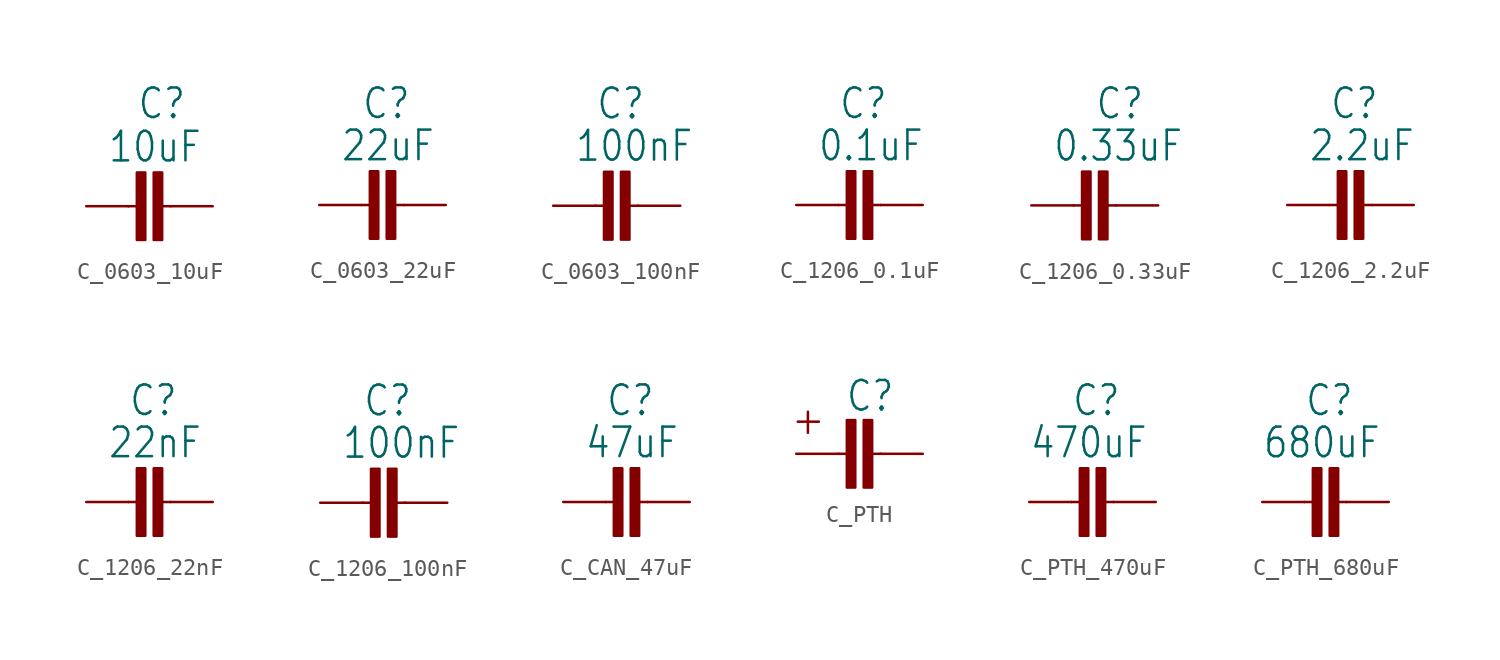
<source format=kicad_sym>
(kicad_symbol_lib
  (version 20220914)
  (generator kicad_symbol_editor)
  (symbol "C_0603_10uF"
    (pin_numbers hide)
    (pin_names hide)
    (property "Reference" "C"
      (at -0.763 5.149 0)
      (effects (font (size 1.778 1.511)) (justify left bottom)))
    (property "Value" "10uF"
      (at -2.54 2.54 0)
      (effects (font (size 1.778 1.511)) (justify left bottom)))
    (symbol "C_0603_10uF_1_0"
      (rectangle (start -0.762 -2.032) (end -0.254 2.032) (stroke (width 0) (type default)) (fill (type outline)))
      (polyline (pts (xy -1.27 0) (xy -0.762 0)) (stroke (width 0.152) (type solid)) (fill (type none)))
      (polyline (pts (xy 1.27 0) (xy 0.762 0)) (stroke (width 0.152) (type solid)) (fill (type none)))
      (rectangle (start 0.762 -2.032) (end 0.254 2.032) (stroke (width 0) (type default)) (fill (type outline)))
      (pin passive line (at -3.81 0 0) (length 2.54) (name "1" (effects (font (size 0 0)))) (number "1" (effects (font (size 0 0)))))
      (pin passive line (at 3.81 0 180) (length 2.54) (name "2" (effects (font (size 0 0)))) (number "2" (effects (font (size 0 0)))))))
  (symbol "C_0603_22uF"
    (pin_numbers hide)
    (pin_names hide)
    (property "Reference" "C"
      (at -1.27 5.08 0)
      (effects (font (size 1.778 1.511)) (justify left bottom)))
    (property "Value" "22uF"
      (at -2.54 2.54 0)
      (effects (font (size 1.778 1.511)) (justify left bottom)))
    (symbol "C_0603_22uF_1_0"
      (rectangle (start -0.762 -2.032) (end -0.254 2.032) (stroke (width 0) (type default)) (fill (type outline)))
      (polyline (pts (xy -1.27 0) (xy -0.762 0)) (stroke (width 0.152) (type solid)) (fill (type none)))
      (polyline (pts (xy 1.27 0) (xy 0.762 0)) (stroke (width 0.152) (type solid)) (fill (type none)))
      (rectangle (start 0.762 -2.032) (end 0.254 2.032) (stroke (width 0) (type default)) (fill (type outline)))
      (pin passive line (at -3.81 0 0) (length 2.54) (name "1" (effects (font (size 0 0)))) (number "1" (effects (font (size 0 0)))))
      (pin passive line (at 3.81 0 180) (length 2.54) (name "2" (effects (font (size 0 0)))) (number "2" (effects (font (size 0 0)))))))
  (symbol "C_0603_100nF"
    (pin_numbers hide)
    (pin_names hide)
    (property "Reference" "C"
      (at -1.27 5.08 0)
      (effects (font (size 1.778 1.511)) (justify left bottom)))
    (property "Value" "100nF"
      (at -2.54 2.54 0)
      (effects (font (size 1.778 1.511)) (justify left bottom)))
    (symbol "C_0603_100nF_1_0"
      (rectangle (start -0.762 -2.032) (end -0.254 2.032) (stroke (width 0) (type default)) (fill (type outline)))
      (polyline (pts (xy -1.27 0) (xy -0.762 0)) (stroke (width 0.152) (type solid)) (fill (type none)))
      (polyline (pts (xy 1.27 0) (xy 0.762 0)) (stroke (width 0.152) (type solid)) (fill (type none)))
      (rectangle (start 0.762 -2.032) (end 0.254 2.032) (stroke (width 0) (type default)) (fill (type outline)))
      (pin passive line (at -3.81 0 0) (length 2.54) (name "1" (effects (font (size 0 0)))) (number "1" (effects (font (size 0 0)))))
      (pin passive line (at 3.81 0 180) (length 2.54) (name "2" (effects (font (size 0 0)))) (number "2" (effects (font (size 0 0)))))))
  (symbol "C_1206_0.1uF"
    (pin_numbers hide)
    (pin_names hide)
    (property "Reference" "C"
      (at -1.27 5.08 0)
      (effects (font (size 1.778 1.511)) (justify left bottom)))
    (property "Value" "0.1uF"
      (at -2.54 2.54 0)
      (effects (font (size 1.778 1.511)) (justify left bottom)))
    (symbol "C_1206_0.1uF_1_0"
      (rectangle (start -0.254 -2.032) (end -0.762 2.032) (stroke (width 0) (type default)) (fill (type outline)))
      (polyline (pts (xy -1.27 0) (xy -0.762 0)) (stroke (width 0.152) (type solid)) (fill (type none)))
      (polyline (pts (xy 1.27 0) (xy 0.762 0)) (stroke (width 0.152) (type solid)) (fill (type none)))
      (rectangle (start 0.762 -2.032) (end 0.254 2.032) (stroke (width 0) (type default)) (fill (type outline)))
      (pin passive line (at -3.81 0 0) (length 2.54) (name "1" (effects (font (size 0 0)))) (number "1" (effects (font (size 0 0)))))
      (pin passive line (at 3.81 0 180) (length 2.54) (name "2" (effects (font (size 0 0)))) (number "2" (effects (font (size 0 0)))))))
  (symbol "C_1206_0.33uF"
    (pin_numbers hide)
    (pin_names hide)
    (property "Reference" "C"
      (at 0 5.08 0)
      (effects (font (size 1.778 1.511)) (justify left bottom)))
    (property "Value" "0.33uF"
      (at -2.54 2.54 0)
      (effects (font (size 1.778 1.511)) (justify left bottom)))
    (symbol "C_1206_0.33uF_1_0"
      (rectangle (start -0.254 -2.032) (end -0.762 2.032) (stroke (width 0) (type default)) (fill (type outline)))
      (polyline (pts (xy -1.27 0) (xy -0.762 0)) (stroke (width 0.152) (type solid)) (fill (type none)))
      (polyline (pts (xy 1.27 0) (xy 0.762 0)) (stroke (width 0.152) (type solid)) (fill (type none)))
      (rectangle (start 0.762 -2.032) (end 0.254 2.032) (stroke (width 0) (type default)) (fill (type outline)))
      (pin passive line (at -3.81 0 0) (length 2.54) (name "1" (effects (font (size 0 0)))) (number "1" (effects (font (size 0 0)))))
      (pin passive line (at 3.81 0 180) (length 2.54) (name "2" (effects (font (size 0 0)))) (number "2" (effects (font (size 0 0)))))))
  (symbol "C_1206_2.2uF"
    (pin_numbers hide)
    (pin_names hide)
    (property "Reference" "C"
      (at -1.27 5.08 0)
      (effects (font (size 1.778 1.511)) (justify left bottom)))
    (property "Value" "2.2uF"
      (at -2.54 2.54 0)
      (effects (font (size 1.778 1.511)) (justify left bottom)))
    (symbol "C_1206_2.2uF_1_0"
      (rectangle (start -0.762 2.032) (end -0.254 -2.032) (stroke (width 0) (type default)) (fill (type outline)))
      (polyline (pts (xy -1.27 0) (xy -0.762 0)) (stroke (width 0.152) (type solid)) (fill (type none)))
      (polyline (pts (xy 1.27 0) (xy 0.762 0)) (stroke (width 0.152) (type solid)) (fill (type none)))
      (rectangle (start 0.762 -2.032) (end 0.254 2.032) (stroke (width 0) (type default)) (fill (type outline)))
      (pin passive line (at -3.81 0 0) (length 2.54) (name "1" (effects (font (size 0 0)))) (number "1" (effects (font (size 0 0)))))
      (pin passive line (at 3.81 0 180) (length 2.54) (name "2" (effects (font (size 0 0)))) (number "2" (effects (font (size 0 0)))))))
  (symbol "C_1206_22nF"
    (pin_numbers hide)
    (pin_names hide)
    (property "Reference" "C"
      (at -1.27 5.08 0)
      (effects (font (size 1.778 1.511)) (justify left bottom)))
    (property "Value" "22nF"
      (at -2.54 2.54 0)
      (effects (font (size 1.778 1.511)) (justify left bottom)))
    (symbol "C_1206_22nF_1_0"
      (rectangle (start -0.254 -2.032) (end -0.762 2.032) (stroke (width 0) (type default)) (fill (type outline)))
      (polyline (pts (xy -1.27 0) (xy -0.762 0)) (stroke (width 0.152) (type solid)) (fill (type none)))
      (polyline (pts (xy 1.27 0) (xy 0.762 0)) (stroke (width 0.152) (type solid)) (fill (type none)))
      (rectangle (start 0.762 -2.032) (end 0.254 2.032) (stroke (width 0) (type default)) (fill (type outline)))
      (pin passive line (at -3.81 0 0) (length 2.54) (name "1" (effects (font (size 0 0)))) (number "1" (effects (font (size 0 0)))))
      (pin passive line (at 3.81 0 180) (length 2.54) (name "2" (effects (font (size 0 0)))) (number "2" (effects (font (size 0 0)))))))
  (symbol "C_1206_100nF"
    (pin_numbers hide)
    (pin_names hide)
    (property "Reference" "C"
      (at -1.27 5.08 0)
      (effects (font (size 1.778 1.511)) (justify left bottom)))
    (property "Value" "100nF"
      (at -2.54 2.54 0)
      (effects (font (size 1.778 1.511)) (justify left bottom)))
    (symbol "C_1206_100nF_1_0"
      (rectangle (start -0.254 -2.032) (end -0.762 2.032) (stroke (width 0) (type default)) (fill (type outline)))
      (polyline (pts (xy -1.27 0) (xy -0.762 0)) (stroke (width 0.152) (type solid)) (fill (type none)))
      (polyline (pts (xy 1.27 0) (xy 0.762 0)) (stroke (width 0.152) (type solid)) (fill (type none)))
      (rectangle (start 0.254 2.032) (end 0.762 -2.032) (stroke (width 0) (type default)) (fill (type outline)))
      (pin passive line (at -3.81 0 0) (length 2.54) (name "1" (effects (font (size 0 0)))) (number "1" (effects (font (size 0 0)))))
      (pin passive line (at 3.81 0 180) (length 2.54) (name "2" (effects (font (size 0 0)))) (number "2" (effects (font (size 0 0)))))))
  (symbol "C_CAN_47uF"
    (pin_numbers hide)
    (pin_names hide)
    (property "Reference" "C"
      (at -1.27 5.08 0)
      (effects (font (size 1.778 1.511)) (justify left bottom)))
    (property "Value" "47uF"
      (at -2.54 2.54 0)
      (effects (font (size 1.778 1.511)) (justify left bottom)))
    (symbol "C_CAN_47uF_1_0"
      (rectangle (start -0.254 -2.032) (end -0.762 2.032) (stroke (width 0) (type default)) (fill (type outline)))
      (polyline (pts (xy -1.27 0) (xy -0.762 0)) (stroke (width 0.152) (type solid)) (fill (type none)))
      (polyline (pts (xy 1.27 0) (xy 0.762 0)) (stroke (width 0.152) (type solid)) (fill (type none)))
      (rectangle (start 0.762 -2.032) (end 0.254 2.032) (stroke (width 0) (type default)) (fill (type outline)))
      (pin passive line (at -3.81 0 0) (length 2.54) (name "1" (effects (font (size 0 0)))) (number "1" (effects (font (size 0 0)))))
      (pin passive line (at 3.81 0 180) (length 2.54) (name "2" (effects (font (size 0 0)))) (number "2" (effects (font (size 0 0)))))))
  (symbol "C_PTH"
    (pin_numbers hide)
    (pin_names hide)
    (property "Reference" "C"
      (at -0.86 2.446 0)
      (effects (font (size 1.778 1.511)) (justify left bottom)))
    (symbol "C_PTH_0_1"
      (polyline (pts (xy -3.107 1.265) (xy -3.107 2.535)) (stroke (width 0) (type default)) (fill (type none)))
      (polyline (pts (xy -2.449 1.935) (xy -3.719 1.935)) (stroke (width 0) (type default)) (fill (type none))))
    (symbol "C_PTH_1_0"
      (rectangle (start -0.762 -2.032) (end -0.254 2.032) (stroke (width 0) (type default)) (fill (type outline)))
      (polyline (pts (xy -1.27 0) (xy -0.762 0)) (stroke (width 0.152) (type solid)) (fill (type none)))
      (polyline (pts (xy 1.27 0) (xy 0.762 0)) (stroke (width 0.152) (type solid)) (fill (type none)))
      (rectangle (start 0.762 -2.032) (end 0.254 2.032) (stroke (width 0) (type default)) (fill (type outline)))
      (pin passive line (at -3.81 0 0) (length 2.54) (name "1" (effects (font (size 0 0)))) (number "1" (effects (font (size 0 0)))))
      (pin passive line (at 3.81 0 180) (length 2.54) (name "2" (effects (font (size 0 0)))) (number "2" (effects (font (size 0 0)))))))
  (symbol "C_PTH_470uF"
    (pin_numbers hide)
    (pin_names hide)
    (property "Reference" "C"
      (at -1.27 5.08 0)
      (effects (font (size 1.778 1.511)) (justify left bottom)))
    (property "Value" "470uF"
      (at -3.81 2.54 0)
      (effects (font (size 1.778 1.511)) (justify left bottom)))
    (symbol "C_PTH_470uF_1_0"
      (rectangle (start -0.762 -2.032) (end -0.254 2.032) (stroke (width 0) (type default)) (fill (type outline)))
      (polyline (pts (xy -1.27 0) (xy -0.762 0)) (stroke (width 0.152) (type solid)) (fill (type none)))
      (polyline (pts (xy 1.27 0) (xy 0.762 0)) (stroke (width 0.152) (type solid)) (fill (type none)))
      (rectangle (start 0.762 -2.032) (end 0.254 2.032) (stroke (width 0) (type default)) (fill (type outline)))
      (pin passive line (at -3.81 0 0) (length 2.54) (name "1" (effects (font (size 0 0)))) (number "1" (effects (font (size 0 0)))))
      (pin passive line (at 3.81 0 180) (length 2.54) (name "2" (effects (font (size 0 0)))) (number "2" (effects (font (size 0 0)))))))
  (symbol "C_PTH_680uF"
    (pin_numbers hide)
    (pin_names hide)
    (property "Reference" "C"
      (at -1.27 5.08 0)
      (effects (font (size 1.778 1.511)) (justify left bottom)))
    (property "Value" "680uF"
      (at -3.81 2.54 0)
      (effects (font (size 1.778 1.511)) (justify left bottom)))
    (symbol "C_PTH_680uF_1_0"
      (rectangle (start -0.762 -2.032) (end -0.254 2.032) (stroke (width 0) (type default)) (fill (type outline)))
      (polyline (pts (xy -1.27 0) (xy -0.762 0)) (stroke (width 0.152) (type solid)) (fill (type none)))
      (polyline (pts (xy 1.27 0) (xy 0.762 0)) (stroke (width 0.152) (type solid)) (fill (type none)))
      (rectangle (start 0.762 -2.032) (end 0.254 2.032) (stroke (width 0) (type default)) (fill (type outline)))
      (pin passive line (at -3.81 0 0) (length 2.54) (name "1" (effects (font (size 0 0)))) (number "1" (effects (font (size 0 0)))))
      (pin passive line (at 3.81 0 180) (length 2.54) (name "2" (effects (font (size 0 0)))) (number "2" (effects (font (size 0 0))))))))
</source>
